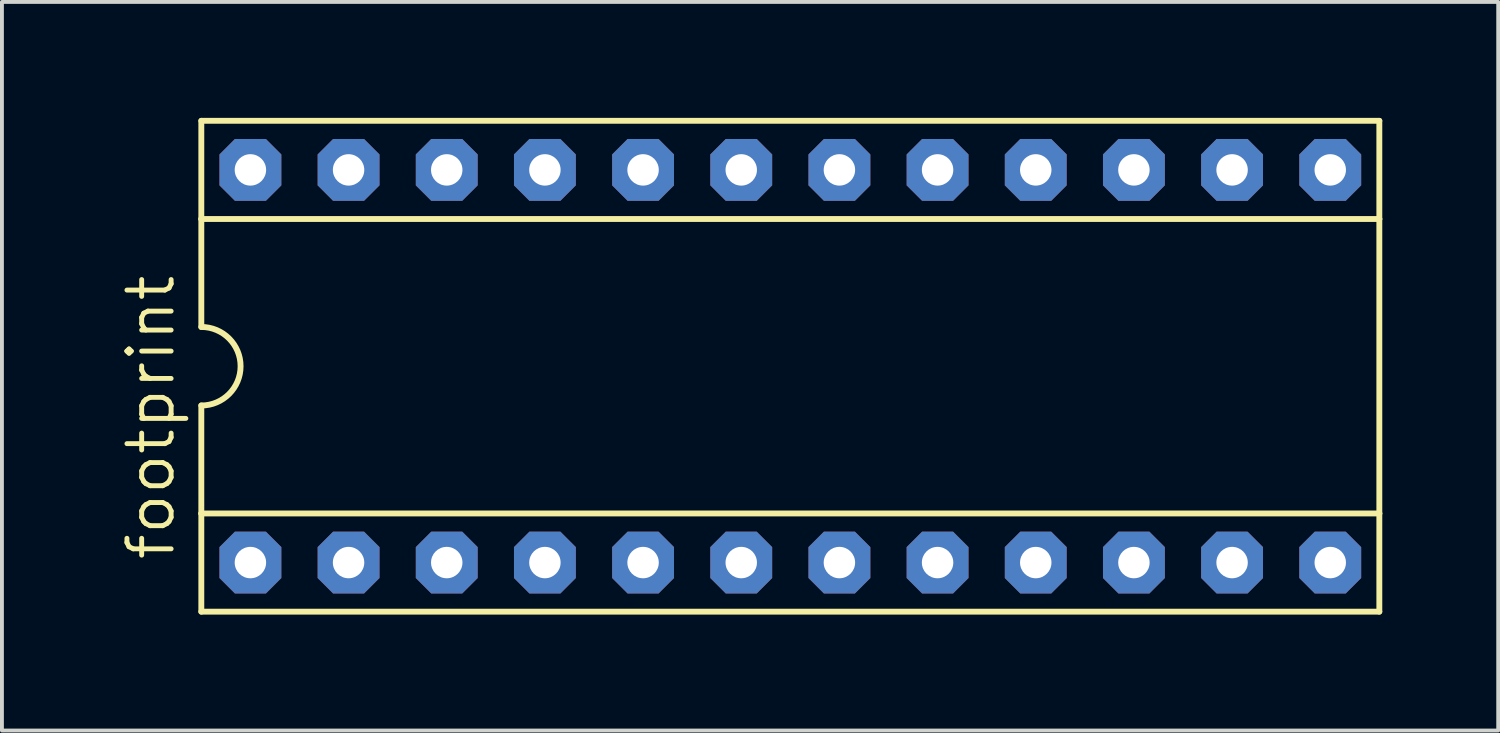
<source format=kicad_pcb>
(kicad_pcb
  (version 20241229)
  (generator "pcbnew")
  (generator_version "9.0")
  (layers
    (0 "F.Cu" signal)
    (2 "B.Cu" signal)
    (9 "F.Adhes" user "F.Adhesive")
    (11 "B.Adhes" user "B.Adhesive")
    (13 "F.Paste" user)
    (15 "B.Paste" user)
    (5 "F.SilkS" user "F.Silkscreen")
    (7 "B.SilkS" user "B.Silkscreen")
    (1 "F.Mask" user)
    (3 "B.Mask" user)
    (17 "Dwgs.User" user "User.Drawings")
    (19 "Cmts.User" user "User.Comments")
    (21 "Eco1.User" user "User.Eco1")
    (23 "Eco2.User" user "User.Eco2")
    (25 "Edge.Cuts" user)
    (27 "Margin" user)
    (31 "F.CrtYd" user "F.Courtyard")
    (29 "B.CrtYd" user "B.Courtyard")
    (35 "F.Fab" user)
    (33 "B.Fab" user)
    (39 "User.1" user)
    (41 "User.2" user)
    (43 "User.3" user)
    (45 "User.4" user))
  (footprint "footprint"
    (layer "F.Cu")
    (at 17.399 6.426)
    (property "Reference" "footprint" (at -15.875 5.08 90) (layer "F.SilkS") (effects (font (size 1.143 1.143) (thickness 0.127)) (justify left bottom)))
    (fp_line (start -15.24 -6.35) (end -15.24 -3.81) (stroke (width 0.152) (type solid)) (layer "F.SilkS"))
    (fp_line (start -15.24 -3.81) (end -15.24 -1.016) (stroke (width 0.152) (type solid)) (layer "F.SilkS"))
    (fp_line (start -15.24 3.81) (end -15.24 1.016) (stroke (width 0.152) (type solid)) (layer "F.SilkS"))
    (fp_line (start -15.24 3.81) (end 15.24 3.81) (stroke (width 0.152) (type solid)) (layer "F.SilkS"))
    (fp_line (start -15.24 6.35) (end -15.24 3.81) (stroke (width 0.152) (type solid)) (layer "F.SilkS"))
    (fp_line (start -15.24 6.35) (end 15.24 6.35) (stroke (width 0.152) (type solid)) (layer "F.SilkS"))
    (fp_line (start 15.24 -6.35) (end -15.24 -6.35) (stroke (width 0.152) (type solid)) (layer "F.SilkS"))
    (fp_line (start 15.24 -6.35) (end 15.24 -3.81) (stroke (width 0.152) (type solid)) (layer "F.SilkS"))
    (fp_line (start 15.24 -3.81) (end -15.24 -3.81) (stroke (width 0.152) (type solid)) (layer "F.SilkS"))
    (fp_line (start 15.24 -3.81) (end 15.24 3.81) (stroke (width 0.152) (type solid)) (layer "F.SilkS"))
    (fp_line (start 15.24 3.81) (end 15.24 6.35) (stroke (width 0.152) (type solid)) (layer "F.SilkS"))
    (fp_arc (start -15.24 -1.016) (mid -14.224 0) (end -15.24 1.016) (stroke (width 0.1524) (type solid)) (layer "F.SilkS"))
    (pad "1" thru_hole roundrect (at -13.97 5.08) (size 1.6 1.6) (drill 0.813) (layers "*.Cu" "*.Mask") (roundrect_rratio 0.25) (chamfer_ratio 0.25) (chamfer top_left top_right bottom_left bottom_right))
    (pad "2" thru_hole roundrect (at -11.43 5.08) (size 1.6 1.6) (drill 0.813) (layers "*.Cu" "*.Mask") (roundrect_rratio 0.25) (chamfer_ratio 0.25) (chamfer top_left top_right bottom_left bottom_right))
    (pad "3" thru_hole roundrect (at -8.89 5.08) (size 1.6 1.6) (drill 0.813) (layers "*.Cu" "*.Mask") (roundrect_rratio 0.25) (chamfer_ratio 0.25) (chamfer top_left top_right bottom_left bottom_right))
    (pad "4" thru_hole roundrect (at -6.35 5.08) (size 1.6 1.6) (drill 0.813) (layers "*.Cu" "*.Mask") (roundrect_rratio 0.25) (chamfer_ratio 0.25) (chamfer top_left top_right bottom_left bottom_right))
    (pad "5" thru_hole roundrect (at -3.81 5.08) (size 1.6 1.6) (drill 0.813) (layers "*.Cu" "*.Mask") (roundrect_rratio 0.25) (chamfer_ratio 0.25) (chamfer top_left top_right bottom_left bottom_right))
    (pad "6" thru_hole roundrect (at -1.27 5.08) (size 1.6 1.6) (drill 0.813) (layers "*.Cu" "*.Mask") (roundrect_rratio 0.25) (chamfer_ratio 0.25) (chamfer top_left top_right bottom_left bottom_right))
    (pad "7" thru_hole roundrect (at 1.27 5.08) (size 1.6 1.6) (drill 0.813) (layers "*.Cu" "*.Mask") (roundrect_rratio 0.25) (chamfer_ratio 0.25) (chamfer top_left top_right bottom_left bottom_right))
    (pad "8" thru_hole roundrect (at 3.81 5.08) (size 1.6 1.6) (drill 0.813) (layers "*.Cu" "*.Mask") (roundrect_rratio 0.25) (chamfer_ratio 0.25) (chamfer top_left top_right bottom_left bottom_right))
    (pad "9" thru_hole roundrect (at 6.35 5.08) (size 1.6 1.6) (drill 0.813) (layers "*.Cu" "*.Mask") (roundrect_rratio 0.25) (chamfer_ratio 0.25) (chamfer top_left top_right bottom_left bottom_right))
    (pad "10" thru_hole roundrect (at 8.89 5.08) (size 1.6 1.6) (drill 0.813) (layers "*.Cu" "*.Mask") (roundrect_rratio 0.25) (chamfer_ratio 0.25) (chamfer top_left top_right bottom_left bottom_right))
    (pad "11" thru_hole roundrect (at 11.43 5.08) (size 1.6 1.6) (drill 0.813) (layers "*.Cu" "*.Mask") (roundrect_rratio 0.25) (chamfer_ratio 0.25) (chamfer top_left top_right bottom_left bottom_right))
    (pad "12" thru_hole roundrect (at 13.97 5.08) (size 1.6 1.6) (drill 0.813) (layers "*.Cu" "*.Mask") (roundrect_rratio 0.25) (chamfer_ratio 0.25) (chamfer top_left top_right bottom_left bottom_right))
    (pad "13" thru_hole roundrect (at 13.97 -5.08) (size 1.6 1.6) (drill 0.813) (layers "*.Cu" "*.Mask") (roundrect_rratio 0.25) (chamfer_ratio 0.25) (chamfer top_left top_right bottom_left bottom_right))
    (pad "14" thru_hole roundrect (at 11.43 -5.08) (size 1.6 1.6) (drill 0.813) (layers "*.Cu" "*.Mask") (roundrect_rratio 0.25) (chamfer_ratio 0.25) (chamfer top_left top_right bottom_left bottom_right))
    (pad "15" thru_hole roundrect (at 8.89 -5.08) (size 1.6 1.6) (drill 0.813) (layers "*.Cu" "*.Mask") (roundrect_rratio 0.25) (chamfer_ratio 0.25) (chamfer top_left top_right bottom_left bottom_right))
    (pad "16" thru_hole roundrect (at 6.35 -5.08) (size 1.6 1.6) (drill 0.813) (layers "*.Cu" "*.Mask") (roundrect_rratio 0.25) (chamfer_ratio 0.25) (chamfer top_left top_right bottom_left bottom_right))
    (pad "17" thru_hole roundrect (at 3.81 -5.08) (size 1.6 1.6) (drill 0.813) (layers "*.Cu" "*.Mask") (roundrect_rratio 0.25) (chamfer_ratio 0.25) (chamfer top_left top_right bottom_left bottom_right))
    (pad "18" thru_hole roundrect (at 1.27 -5.08) (size 1.6 1.6) (drill 0.813) (layers "*.Cu" "*.Mask") (roundrect_rratio 0.25) (chamfer_ratio 0.25) (chamfer top_left top_right bottom_left bottom_right))
    (pad "19" thru_hole roundrect (at -1.27 -5.08) (size 1.6 1.6) (drill 0.813) (layers "*.Cu" "*.Mask") (roundrect_rratio 0.25) (chamfer_ratio 0.25) (chamfer top_left top_right bottom_left bottom_right))
    (pad "20" thru_hole roundrect (at -3.81 -5.08) (size 1.6 1.6) (drill 0.813) (layers "*.Cu" "*.Mask") (roundrect_rratio 0.25) (chamfer_ratio 0.25) (chamfer top_left top_right bottom_left bottom_right))
    (pad "21" thru_hole roundrect (at -6.35 -5.08) (size 1.6 1.6) (drill 0.813) (layers "*.Cu" "*.Mask") (roundrect_rratio 0.25) (chamfer_ratio 0.25) (chamfer top_left top_right bottom_left bottom_right))
    (pad "22" thru_hole roundrect (at -8.89 -5.08) (size 1.6 1.6) (drill 0.813) (layers "*.Cu" "*.Mask") (roundrect_rratio 0.25) (chamfer_ratio 0.25) (chamfer top_left top_right bottom_left bottom_right))
    (pad "23" thru_hole roundrect (at -11.43 -5.08) (size 1.6 1.6) (drill 0.813) (layers "*.Cu" "*.Mask") (roundrect_rratio 0.25) (chamfer_ratio 0.25) (chamfer top_left top_right bottom_left bottom_right))
    (pad "24" thru_hole roundrect (at -13.97 -5.08) (size 1.6 1.6) (drill 0.813) (layers "*.Cu" "*.Mask") (roundrect_rratio 0.25) (chamfer_ratio 0.25) (chamfer top_left top_right bottom_left bottom_right)))
  (gr_rect
    (start -3 -3)
    (end 35.715 15.852)
    (stroke (width 0.1) (type default))
    (fill no)
    (layer "Edge.Cuts")))
</source>
